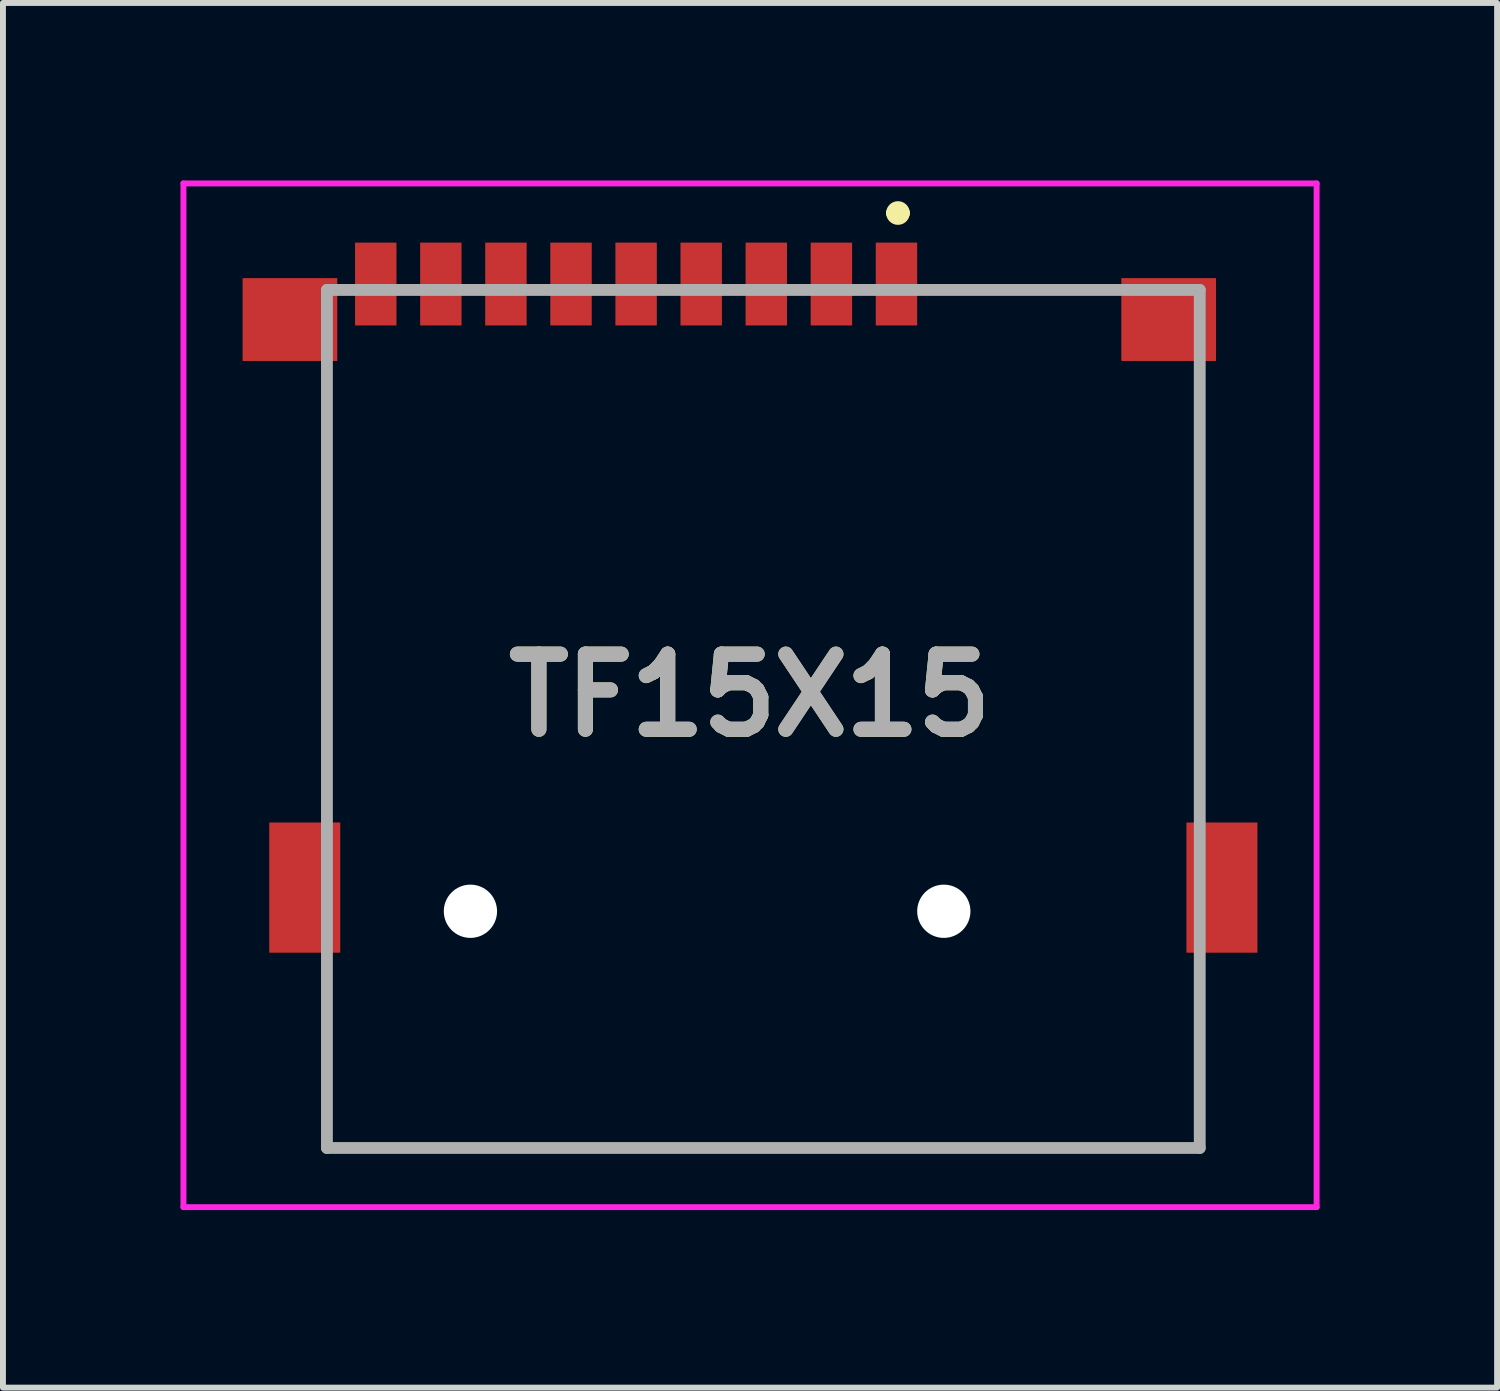
<source format=kicad_pcb>
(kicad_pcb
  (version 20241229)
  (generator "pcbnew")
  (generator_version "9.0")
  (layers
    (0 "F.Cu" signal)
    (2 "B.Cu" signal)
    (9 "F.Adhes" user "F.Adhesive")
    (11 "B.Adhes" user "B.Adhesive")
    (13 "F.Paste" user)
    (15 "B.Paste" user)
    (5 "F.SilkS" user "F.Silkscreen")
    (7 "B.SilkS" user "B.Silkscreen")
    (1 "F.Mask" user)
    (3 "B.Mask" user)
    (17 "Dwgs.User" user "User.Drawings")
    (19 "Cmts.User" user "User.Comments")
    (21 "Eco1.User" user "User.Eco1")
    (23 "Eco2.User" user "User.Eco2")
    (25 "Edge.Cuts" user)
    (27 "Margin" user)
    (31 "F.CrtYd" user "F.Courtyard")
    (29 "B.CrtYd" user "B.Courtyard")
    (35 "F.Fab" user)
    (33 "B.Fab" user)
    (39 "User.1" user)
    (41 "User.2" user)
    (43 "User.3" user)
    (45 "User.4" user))
  (footprint "TF15X15"
    (layer "F.Cu")
    (at 9.625 8.7)
    (property "Reference" "TF15X15" (at 0 0 0) (layer "F.SilkS") (effects (font (size 1.27 1.27) (thickness 0.254))))
    (attr through_hole)
    (fp_line (start -7.15 -5.35) (end -7.15 1.85) (stroke (width 0.1) (type solid)) (layer "F.SilkS"))
    (fp_line (start -7.15 4.55) (end -7.15 7.65) (stroke (width 0.1) (type solid)) (layer "F.SilkS"))
    (fp_line (start -7.15 7.65) (end 7.6 7.65) (stroke (width 0.1) (type solid)) (layer "F.SilkS"))
    (fp_line (start 2.4 -8.15) (end 2.4 -8.15) (stroke (width 0.2) (type solid)) (layer "F.SilkS"))
    (fp_line (start 2.6 -8.15) (end 2.6 -8.15) (stroke (width 0.2) (type solid)) (layer "F.SilkS"))
    (fp_line (start 6.1 -6.85) (end 3.1 -6.85) (stroke (width 0.1) (type solid)) (layer "F.SilkS"))
    (fp_line (start 7.6 1.85) (end 7.6 -5.35) (stroke (width 0.1) (type solid)) (layer "F.SilkS"))
    (fp_line (start 7.6 7.65) (end 7.6 4.55) (stroke (width 0.1) (type solid)) (layer "F.SilkS"))
    (fp_arc (start 2.4 -8.15) (mid 2.5 -8.25) (end 2.6 -8.15) (stroke (width 0.2) (type solid)) (layer "F.SilkS"))
    (fp_arc (start 2.6 -8.15) (mid 2.5 -8.05) (end 2.4 -8.15) (stroke (width 0.2) (type solid)) (layer "F.SilkS"))
    (fp_line (start -9.575 -8.65) (end 9.575 -8.65) (stroke (width 0.1) (type solid)) (layer "F.CrtYd"))
    (fp_line (start -9.575 8.65) (end -9.575 -8.65) (stroke (width 0.1) (type solid)) (layer "F.CrtYd"))
    (fp_line (start 9.575 -8.65) (end 9.575 8.65) (stroke (width 0.1) (type solid)) (layer "F.CrtYd"))
    (fp_line (start 9.575 8.65) (end -9.575 8.65) (stroke (width 0.1) (type solid)) (layer "F.CrtYd"))
    (fp_line (start -7.15 -6.85) (end 7.6 -6.85) (stroke (width 0.2) (type solid)) (layer "F.Fab"))
    (fp_line (start -7.15 7.65) (end -7.15 -6.85) (stroke (width 0.2) (type solid)) (layer "F.Fab"))
    (fp_line (start 7.6 -6.85) (end 7.6 7.65) (stroke (width 0.2) (type solid)) (layer "F.Fab"))
    (fp_line (start 7.6 7.65) (end -7.15 7.65) (stroke (width 0.2) (type solid)) (layer "F.Fab"))
    (fp_text user "${REFERENCE}" (at 0 0 0) (layer "F.Fab") (effects (font (size 1.27 1.27) (thickness 0.254))))
    (pad "" np_thru_hole circle (at -4.725 3.65) (size 0.9 0.9) (drill 0.9) (layers "*.Cu" "*.Mask"))
    (pad "" np_thru_hole circle (at 3.275 3.65) (size 0.9 0.9) (drill 0.9) (layers "*.Cu" "*.Mask"))
    (pad "1" smd rect (at 2.475 -6.95) (size 0.7 1.4) (layers "F.Cu" "F.Mask" "F.Paste"))
    (pad "2" smd rect (at 1.375 -6.95) (size 0.7 1.4) (layers "F.Cu" "F.Mask" "F.Paste"))
    (pad "3" smd rect (at 0.275 -6.95) (size 0.7 1.4) (layers "F.Cu" "F.Mask" "F.Paste"))
    (pad "4" smd rect (at -0.825 -6.95) (size 0.7 1.4) (layers "F.Cu" "F.Mask" "F.Paste"))
    (pad "5" smd rect (at -1.925 -6.95) (size 0.7 1.4) (layers "F.Cu" "F.Mask" "F.Paste"))
    (pad "6" smd rect (at -3.025 -6.95) (size 0.7 1.4) (layers "F.Cu" "F.Mask" "F.Paste"))
    (pad "7" smd rect (at -4.125 -6.95) (size 0.7 1.4) (layers "F.Cu" "F.Mask" "F.Paste"))
    (pad "8" smd rect (at -5.225 -6.95) (size 0.7 1.4) (layers "F.Cu" "F.Mask" "F.Paste"))
    (pad "9" smd rect (at -6.325 -6.95) (size 0.7 1.4) (layers "F.Cu" "F.Mask" "F.Paste"))
    (pad "MP1" smd rect (at -7.775 -6.35 90) (size 1.4 1.6) (layers "F.Cu" "F.Mask" "F.Paste"))
    (pad "MP2" smd rect (at 7.075 -6.35 90) (size 1.4 1.6) (layers "F.Cu" "F.Mask" "F.Paste"))
    (pad "MP3" smd rect (at -7.525 3.25) (size 1.2 2.2) (layers "F.Cu" "F.Mask" "F.Paste"))
    (pad "MP4" smd rect (at 7.975 3.25) (size 1.2 2.2) (layers "F.Cu" "F.Mask" "F.Paste")))
  (gr_rect
    (start -3 -3)
    (end 22.25 20.4)
    (stroke (width 0.1) (type default))
    (fill no)
    (layer "Edge.Cuts")))
</source>
